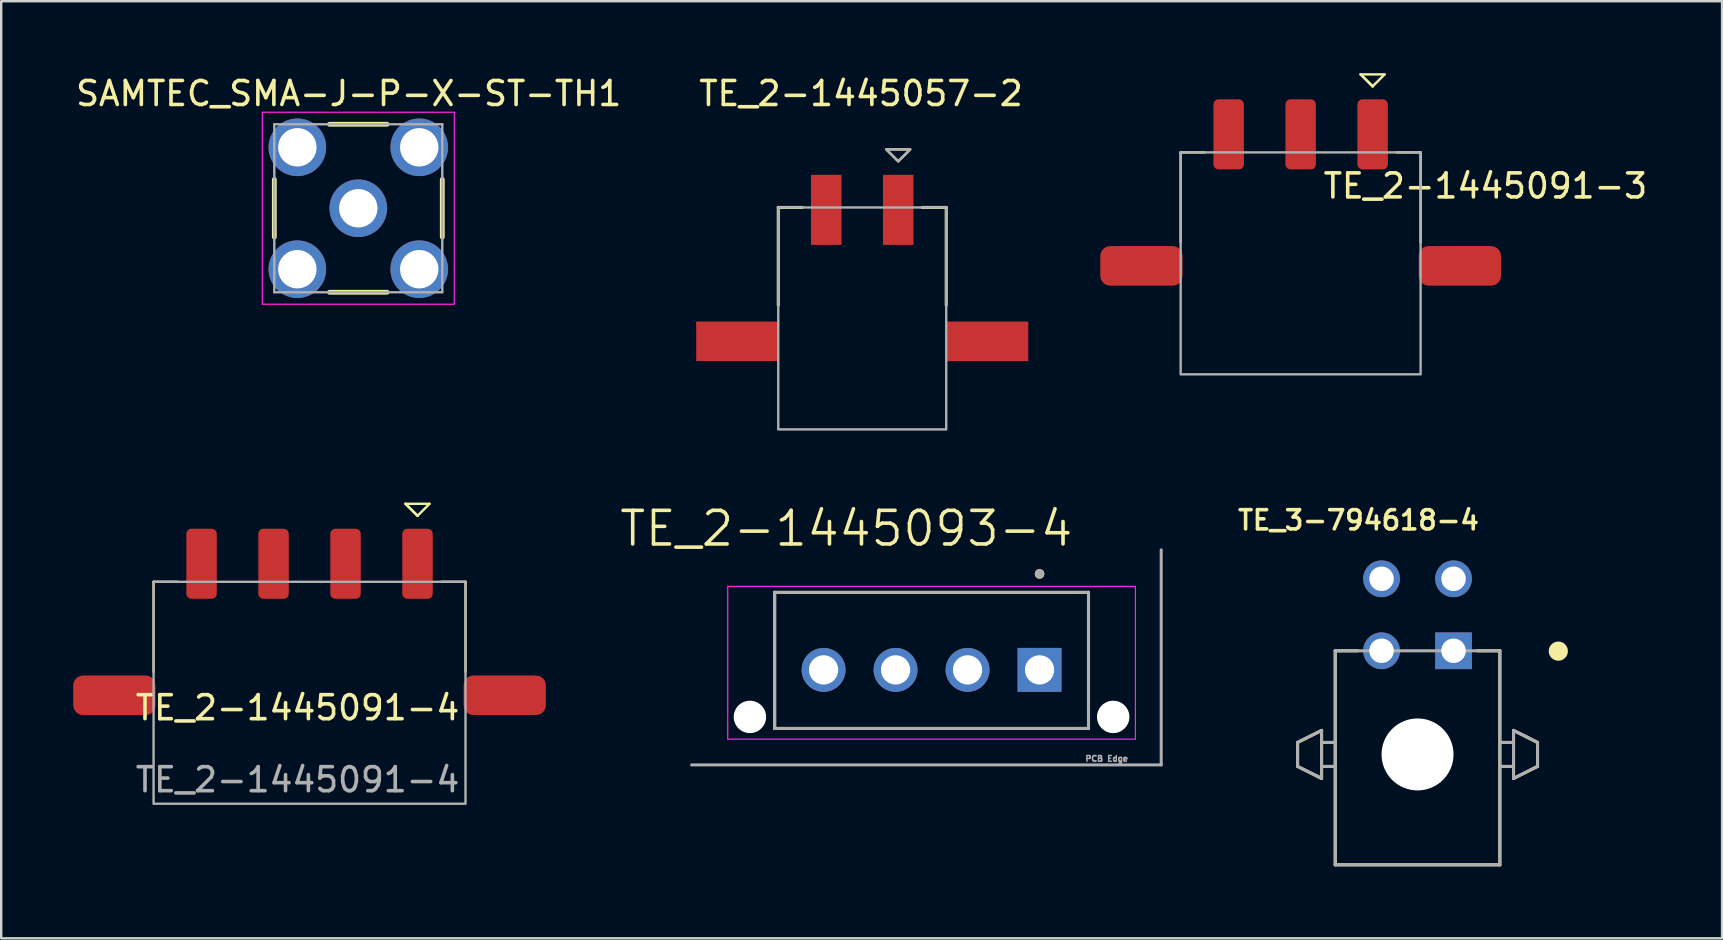
<source format=kicad_pcb>
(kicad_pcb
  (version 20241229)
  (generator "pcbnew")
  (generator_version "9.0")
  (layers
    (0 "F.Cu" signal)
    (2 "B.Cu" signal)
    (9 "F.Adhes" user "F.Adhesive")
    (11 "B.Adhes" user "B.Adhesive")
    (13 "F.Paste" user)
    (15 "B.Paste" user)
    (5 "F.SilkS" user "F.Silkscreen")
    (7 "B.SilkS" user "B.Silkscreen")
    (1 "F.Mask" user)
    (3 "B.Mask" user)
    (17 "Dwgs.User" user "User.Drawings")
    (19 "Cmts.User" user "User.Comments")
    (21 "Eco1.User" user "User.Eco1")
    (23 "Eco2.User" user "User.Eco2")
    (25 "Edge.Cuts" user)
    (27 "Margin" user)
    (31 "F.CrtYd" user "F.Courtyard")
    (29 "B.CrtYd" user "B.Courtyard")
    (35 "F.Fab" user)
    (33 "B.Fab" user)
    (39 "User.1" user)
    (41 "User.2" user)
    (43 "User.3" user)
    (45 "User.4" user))
  (footprint "TE_2-1445091-4"
    (layer "F.Cu")
    (at 9.35 26.946)
    (property "Reference" "TE_2-1445091-4" (at 0 -0.5 0) (unlocked yes) (layer "F.SilkS") (effects (font (size 1 1) (thickness 0.15))))
    (attr smd)
    (fp_line (start -6 -2) (end -6 -5.75) (stroke (width 0.1) (type default)) (layer "F.SilkS"))
    (fp_line (start -5 -5.75) (end -6 -5.75) (stroke (width 0.1) (type default)) (layer "F.SilkS"))
    (fp_line (start 4.5 -9) (end 5 -8.5) (stroke (width 0.1) (type default)) (layer "F.SilkS"))
    (fp_line (start 4.5 -9) (end 5.5 -9) (stroke (width 0.1) (type default)) (layer "F.SilkS"))
    (fp_line (start 5 -8.5) (end 4.5 -9) (stroke (width 0.1) (type default)) (layer "F.SilkS"))
    (fp_line (start 5.5 -9) (end 5 -8.5) (stroke (width 0.1) (type default)) (layer "F.SilkS"))
    (fp_line (start 6 -5.75) (end 7 -5.75) (stroke (width 0.1) (type default)) (layer "F.SilkS"))
    (fp_line (start 7 -2) (end 7 -5.75) (stroke (width 0.1) (type default)) (layer "F.SilkS"))
    (fp_rect (start -6 -5.75) (end 7 3.5) (stroke (width 0.1) (type default)) (fill no) (layer "F.Fab"))
    (fp_text user "${REFERENCE}" (at 0 2.5 0) (unlocked yes) (layer "F.Fab") (effects (font (size 1 1) (thickness 0.15))))
    (pad "1" smd roundrect (at 5 -6.5) (size 1.27 2.92) (layers "F.Cu" "F.Mask" "F.Paste") (roundrect_rratio 0.164))
    (pad "2" smd roundrect (at 2 -6.5) (size 1.27 2.92) (layers "F.Cu" "F.Mask" "F.Paste") (roundrect_rratio 0.164))
    (pad "3" smd roundrect (at -1 -6.5) (size 1.27 2.92) (layers "F.Cu" "F.Mask" "F.Paste") (roundrect_rratio 0.164))
    (pad "4" smd roundrect (at -4 -6.5) (size 1.27 2.92) (layers "F.Cu" "F.Mask" "F.Paste") (roundrect_rratio 0.164))
    (pad "S" smd roundrect (at -7.635 -1.02) (size 3.43 1.65) (layers "F.Cu" "F.Mask" "F.Paste") (roundrect_rratio 0.25))
    (pad "S" smd roundrect (at 8.635 -1.02) (size 3.43 1.65) (layers "F.Cu" "F.Mask" "F.Paste") (roundrect_rratio 0.25)))
  (footprint "TE_2-1445057-2"
    (layer "F.Cu")
    (at 32.884 11.176)
    (property "Reference" "TE_2-1445057-2" (at -0.052 -10.328 0) (layer "F.SilkS") (effects (font (size 1 1) (thickness 0.15))))
    (attr smd)
    (fp_line (start -3.5 -5.58) (end -3.5 -1.5) (stroke (width 0.127) (type solid)) (layer "F.SilkS"))
    (fp_line (start -3.5 -5.58) (end -2.5 -5.58) (stroke (width 0.127) (type solid)) (layer "F.SilkS"))
    (fp_line (start 3.5 -5.58) (end 2.5 -5.58) (stroke (width 0.127) (type solid)) (layer "F.SilkS"))
    (fp_line (start 3.5 -5.58) (end 3.5 -1.5) (stroke (width 0.127) (type solid)) (layer "F.SilkS"))
    (fp_poly (pts (xy 1 -8) (xy 1.5 -7.5) (xy 2 -8)) (stroke (width 0.1) (type solid)) (fill no) (layer "F.SilkS"))
    (fp_rect (start -3.5 -5.58) (end 3.5 3.67) (stroke (width 0.1) (type default)) (fill no) (layer "F.Fab"))
    (fp_poly (pts (xy 1 -8) (xy 1.5 -7.5) (xy 2 -8)) (stroke (width 0.1) (type solid)) (fill no) (layer "F.Fab"))
    (pad "1" smd rect (at 1.5 -5.48) (size 1.27 2.92) (layers "F.Cu" "F.Mask" "F.Paste"))
    (pad "2" smd rect (at -1.5 -5.48) (size 1.27 2.92) (layers "F.Cu" "F.Mask" "F.Paste"))
    (pad "S" smd rect (at -5.205 0) (size 3.43 1.65) (layers "F.Cu" "F.Mask" "F.Paste"))
    (pad "S" smd rect (at 5.205 0) (size 3.43 1.65) (layers "F.Cu" "F.Mask" "F.Paste")))
  (footprint "SAMTEC_SMA-J-P-X-ST-TH1"
    (layer "F.Cu")
    (at 11.882 5.629)
    (property "Reference" "SAMTEC_SMA-J-P-X-ST-TH1" (at -0.4 -4.78 0) (layer "F.SilkS") (effects (font (size 1 1) (thickness 0.15))))
    (attr through_hole)
    (fp_line (start -3.5 1.2) (end -3.5 -1.2) (stroke (width 0.2) (type solid)) (layer "F.SilkS"))
    (fp_line (start -1.2 -3.5) (end 1.2 -3.5) (stroke (width 0.2) (type solid)) (layer "F.SilkS"))
    (fp_line (start 1.2 3.5) (end -1.2 3.5) (stroke (width 0.2) (type solid)) (layer "F.SilkS"))
    (fp_line (start 3.5 1.2) (end 3.5 -1.2) (stroke (width 0.2) (type solid)) (layer "F.SilkS"))
    (fp_line (start -4 -4) (end -4 4) (stroke (width 0.05) (type solid)) (layer "F.CrtYd"))
    (fp_line (start -4 -4) (end 4 -4) (stroke (width 0.05) (type solid)) (layer "F.CrtYd"))
    (fp_line (start 4 -4) (end 4 4) (stroke (width 0.05) (type solid)) (layer "F.CrtYd"))
    (fp_line (start 4 4) (end -4 4) (stroke (width 0.05) (type solid)) (layer "F.CrtYd"))
    (fp_line (start -3.5 -3.5) (end 3.5 -3.5) (stroke (width 0.1) (type solid)) (layer "F.Fab"))
    (fp_line (start -3.5 3.5) (end -3.5 -3.5) (stroke (width 0.1) (type solid)) (layer "F.Fab"))
    (fp_line (start 3.5 -3.5) (end 3.5 3.5) (stroke (width 0.1) (type solid)) (layer "F.Fab"))
    (fp_line (start 3.5 3.5) (end -3.5 3.5) (stroke (width 0.1) (type solid)) (layer "F.Fab"))
    (pad "1" thru_hole circle (at 0 0) (size 2.4 2.4) (drill 1.6) (layers "*.Cu" "*.Mask"))
    (pad "2" thru_hole circle (at 2.54 2.54) (size 2.4 2.4) (drill 1.6) (layers "*.Cu" "*.Mask"))
    (pad "3" thru_hole circle (at 2.54 -2.54) (size 2.4 2.4) (drill 1.6) (layers "*.Cu" "*.Mask"))
    (pad "4" thru_hole circle (at -2.54 -2.54) (size 2.4 2.4) (drill 1.6) (layers "*.Cu" "*.Mask"))
    (pad "5" thru_hole circle (at -2.54 2.54) (size 2.4 2.4) (drill 1.6) (layers "*.Cu" "*.Mask")))
  (footprint "TE_2-1445091-3"
    (layer "F.Cu")
    (at 51.154 9.05)
    (property "Reference" "TE_2-1445091-3" (at 7.7 -4.35 0) (unlocked yes) (layer "F.SilkS") (effects (font (size 1 1) (thickness 0.15))))
    (attr smd)
    (fp_line (start -5 -2) (end -5 -5.75) (stroke (width 0.1) (type default)) (layer "F.SilkS"))
    (fp_line (start -4 -5.75) (end -5 -5.75) (stroke (width 0.1) (type default)) (layer "F.SilkS"))
    (fp_line (start 2.5 -9) (end 3 -8.5) (stroke (width 0.1) (type default)) (layer "F.SilkS"))
    (fp_line (start 2.5 -9) (end 3.5 -9) (stroke (width 0.1) (type default)) (layer "F.SilkS"))
    (fp_line (start 3 -8.5) (end 2.5 -9) (stroke (width 0.1) (type default)) (layer "F.SilkS"))
    (fp_line (start 3.5 -9) (end 3 -8.5) (stroke (width 0.1) (type default)) (layer "F.SilkS"))
    (fp_line (start 4 -5.75) (end 5 -5.75) (stroke (width 0.1) (type default)) (layer "F.SilkS"))
    (fp_line (start 5 -2) (end 5 -5.75) (stroke (width 0.1) (type default)) (layer "F.SilkS"))
    (fp_rect (start -5 -5.75) (end 5 3.5) (stroke (width 0.1) (type default)) (fill no) (layer "F.Fab"))
    (pad "1" smd roundrect (at 3 -6.5) (size 1.27 2.92) (layers "F.Cu" "F.Mask" "F.Paste") (roundrect_rratio 0.164))
    (pad "2" smd roundrect (at 0 -6.5) (size 1.27 2.92) (layers "F.Cu" "F.Mask" "F.Paste") (roundrect_rratio 0.164))
    (pad "3" smd roundrect (at -3 -6.5) (size 1.27 2.92) (layers "F.Cu" "F.Mask" "F.Paste") (roundrect_rratio 0.164))
    (pad "S" smd roundrect (at -6.635 -1.02) (size 3.43 1.65) (layers "F.Cu" "F.Mask" "F.Paste") (roundrect_rratio 0.25))
    (pad "S" smd roundrect (at 6.635 -1.02) (size 3.43 1.65) (layers "F.Cu" "F.Mask" "F.Paste") (roundrect_rratio 0.25)))
  (footprint "TE_3-794618-4"
    (layer "F.Cu")
    (at 56.026 28.391)
    (property "Reference" "TE_3-794618-4" (at -2.461 -9.764 0) (layer "F.SilkS") (effects (font (size 0.8 0.8) (thickness 0.15))))
    (attr through_hole)
    (fp_line (start -5 -0.5) (end -4 -1) (stroke (width 0.127) (type solid)) (layer "F.SilkS"))
    (fp_line (start -5 0.5) (end -5 -0.5) (stroke (width 0.127) (type solid)) (layer "F.SilkS"))
    (fp_line (start -4 -1) (end -4 -0.5) (stroke (width 0.127) (type solid)) (layer "F.SilkS"))
    (fp_line (start -4 -0.5) (end -4 0.5) (stroke (width 0.127) (type solid)) (layer "F.SilkS"))
    (fp_line (start -4 0.5) (end -4 1) (stroke (width 0.127) (type solid)) (layer "F.SilkS"))
    (fp_line (start -4 1) (end -5 0.5) (stroke (width 0.127) (type solid)) (layer "F.SilkS"))
    (fp_line (start -3.5 -0.5) (end -4 -0.5) (stroke (width 0.127) (type solid)) (layer "F.SilkS"))
    (fp_line (start -3.5 0.5) (end -4 0.5) (stroke (width 0.127) (type solid)) (layer "F.SilkS"))
    (fp_line (start -3.43 -4.32) (end -3.43 4.6) (stroke (width 0.127) (type solid)) (layer "F.SilkS"))
    (fp_line (start -3.43 -4.32) (end -2.5 -4.32) (stroke (width 0.127) (type solid)) (layer "F.SilkS"))
    (fp_line (start -3.43 4.6) (end 3.43 4.6) (stroke (width 0.127) (type solid)) (layer "F.SilkS"))
    (fp_line (start 2.5 -4.32) (end 3.43 -4.32) (stroke (width 0.127) (type solid)) (layer "F.SilkS"))
    (fp_line (start 3.43 4.6) (end 3.43 -4.32) (stroke (width 0.127) (type solid)) (layer "F.SilkS"))
    (fp_line (start 3.5 -0.5) (end 4 -0.5) (stroke (width 0.127) (type solid)) (layer "F.SilkS"))
    (fp_line (start 3.5 0.5) (end 4 0.5) (stroke (width 0.127) (type solid)) (layer "F.SilkS"))
    (fp_line (start 4 -1) (end 5 -0.5) (stroke (width 0.127) (type solid)) (layer "F.SilkS"))
    (fp_line (start 4 -0.5) (end 4 -1) (stroke (width 0.127) (type solid)) (layer "F.SilkS"))
    (fp_line (start 4 0.5) (end 4 -0.5) (stroke (width 0.127) (type solid)) (layer "F.SilkS"))
    (fp_line (start 4 1) (end 4 0.5) (stroke (width 0.127) (type solid)) (layer "F.SilkS"))
    (fp_line (start 5 -0.5) (end 5 0.5) (stroke (width 0.127) (type solid)) (layer "F.SilkS"))
    (fp_line (start 5 0.5) (end 4 1) (stroke (width 0.127) (type solid)) (layer "F.SilkS"))
    (fp_circle (center 5.866 -4.305) (end 6.066 -4.305) (stroke (width 0.4) (type solid)) (fill no) (layer "F.SilkS"))
    (fp_line (start -5 -0.5) (end -4 -1) (stroke (width 0.127) (type solid)) (layer "F.Fab"))
    (fp_line (start -5 0.5) (end -5 -0.5) (stroke (width 0.127) (type solid)) (layer "F.Fab"))
    (fp_line (start -4 -1) (end -4 -0.5) (stroke (width 0.127) (type solid)) (layer "F.Fab"))
    (fp_line (start -4 -0.5) (end -4 0.5) (stroke (width 0.127) (type solid)) (layer "F.Fab"))
    (fp_line (start -4 0.5) (end -4 1) (stroke (width 0.127) (type solid)) (layer "F.Fab"))
    (fp_line (start -4 1) (end -5 0.5) (stroke (width 0.127) (type solid)) (layer "F.Fab"))
    (fp_line (start -3.5 -0.5) (end -4 -0.5) (stroke (width 0.127) (type solid)) (layer "F.Fab"))
    (fp_line (start -3.5 0.5) (end -4 0.5) (stroke (width 0.127) (type solid)) (layer "F.Fab"))
    (fp_line (start -3.43 -4.32) (end -3.43 4.6) (stroke (width 0.127) (type solid)) (layer "F.Fab"))
    (fp_line (start -3.43 4.6) (end 3.43 4.6) (stroke (width 0.127) (type solid)) (layer "F.Fab"))
    (fp_line (start 3.43 -4.32) (end -3.43 -4.32) (stroke (width 0.127) (type solid)) (layer "F.Fab"))
    (fp_line (start 3.43 4.6) (end 3.43 -4.32) (stroke (width 0.127) (type solid)) (layer "F.Fab"))
    (fp_line (start 3.5 -0.5) (end 4 -0.5) (stroke (width 0.127) (type solid)) (layer "F.Fab"))
    (fp_line (start 3.5 0.5) (end 4 0.5) (stroke (width 0.127) (type solid)) (layer "F.Fab"))
    (fp_line (start 4 -1) (end 5 -0.5) (stroke (width 0.127) (type solid)) (layer "F.Fab"))
    (fp_line (start 4 -0.5) (end 4 -1) (stroke (width 0.127) (type solid)) (layer "F.Fab"))
    (fp_line (start 4 0.5) (end 4 -0.5) (stroke (width 0.127) (type solid)) (layer "F.Fab"))
    (fp_line (start 4 1) (end 4 0.5) (stroke (width 0.127) (type solid)) (layer "F.Fab"))
    (fp_line (start 5 -0.5) (end 5 0.5) (stroke (width 0.127) (type solid)) (layer "F.Fab"))
    (fp_line (start 5 0.5) (end 4 1) (stroke (width 0.127) (type solid)) (layer "F.Fab"))
    (pad "" np_thru_hole circle (at 0 0) (size 3 3) (drill 3) (layers "*.Cu" "*.Mask"))
    (pad "1" thru_hole rect (at 1.5 -4.32) (size 1.53 1.53) (drill 1.02) (layers "*.Cu" "*.Mask"))
    (pad "2" thru_hole circle (at -1.5 -4.32) (size 1.53 1.53) (drill 1.02) (layers "*.Cu" "*.Mask"))
    (pad "3" thru_hole circle (at 1.5 -7.32) (size 1.53 1.53) (drill 1.02) (layers "*.Cu" "*.Mask"))
    (pad "4" thru_hole circle (at -1.5 -7.32) (size 1.53 1.53) (drill 1.02) (layers "*.Cu" "*.Mask")))
  (footprint "TE_2-1445093-4"
    (layer "F.Cu")
    (at 40.273 24.867)
    (property "Reference" "TE_2-1445093-4" (at -8.055 -5.889 0) (layer "F.SilkS") (effects (font (size 1.4 1.4) (thickness 0.15))))
    (attr through_hole)
    (fp_line (start -11.04 -3.23) (end -11.04 2.44) (stroke (width 0.127) (type solid)) (layer "F.SilkS"))
    (fp_line (start -11.04 2.44) (end 2.04 2.44) (stroke (width 0.127) (type solid)) (layer "F.SilkS"))
    (fp_line (start 2.04 -3.23) (end -11.04 -3.23) (stroke (width 0.127) (type solid)) (layer "F.SilkS"))
    (fp_line (start 2.04 2.44) (end 2.04 -3.23) (stroke (width 0.127) (type solid)) (layer "F.SilkS"))
    (fp_circle (center 0 -4) (end 0.1 -4) (stroke (width 0.2) (type solid)) (fill no) (layer "F.SilkS"))
    (fp_line (start -12.995 -3.48) (end 3.995 -3.48) (stroke (width 0.05) (type solid)) (layer "F.CrtYd"))
    (fp_line (start -12.995 2.885) (end -12.995 -3.48) (stroke (width 0.05) (type solid)) (layer "F.CrtYd"))
    (fp_line (start 3.995 -3.48) (end 3.995 2.885) (stroke (width 0.05) (type solid)) (layer "F.CrtYd"))
    (fp_line (start 3.995 2.885) (end -12.995 2.885) (stroke (width 0.05) (type solid)) (layer "F.CrtYd"))
    (fp_line (start -14.5 3.96) (end 5.07 3.96) (stroke (width 0.127) (type solid)) (layer "F.Fab"))
    (fp_line (start -11.04 -3.23) (end -11.04 2.44) (stroke (width 0.127) (type solid)) (layer "F.Fab"))
    (fp_line (start -11.04 2.44) (end 2.04 2.44) (stroke (width 0.127) (type solid)) (layer "F.Fab"))
    (fp_line (start 2.04 -3.23) (end -11.04 -3.23) (stroke (width 0.127) (type solid)) (layer "F.Fab"))
    (fp_line (start 2.04 2.44) (end 2.04 -3.23) (stroke (width 0.127) (type solid)) (layer "F.Fab"))
    (fp_line (start 5.07 3.96) (end 5.07 -5) (stroke (width 0.127) (type solid)) (layer "F.Fab"))
    (fp_circle (center 0 -4) (end 0.1 -4) (stroke (width 0.2) (type solid)) (fill no) (layer "F.Fab"))
    (fp_text user "PCB Edge" (at 2.8 3.7 0) (layer "F.Fab") (effects (font (size 0.24 0.24) (thickness 0.15))))
    (pad "" np_thru_hole circle (at -12.07 1.96) (size 1.35 1.35) (drill 1.35) (layers "*.Cu" "*.Mask"))
    (pad "" np_thru_hole circle (at 3.07 1.96) (size 1.35 1.35) (drill 1.35) (layers "*.Cu" "*.Mask"))
    (pad "1" thru_hole rect (at 0 0) (size 1.83 1.83) (drill 1.22) (layers "*.Cu" "*.Mask"))
    (pad "2" thru_hole circle (at -3 0) (size 1.83 1.83) (drill 1.22) (layers "*.Cu" "*.Mask"))
    (pad "3" thru_hole circle (at -6 0) (size 1.83 1.83) (drill 1.22) (layers "*.Cu" "*.Mask"))
    (pad "4" thru_hole circle (at -9 0) (size 1.83 1.83) (drill 1.22) (layers "*.Cu" "*.Mask")))
  (gr_rect
    (start -3 -3)
    (end 68.717 36.055)
    (stroke (width 0.1) (type default))
    (fill no)
    (layer "Edge.Cuts")))
</source>
